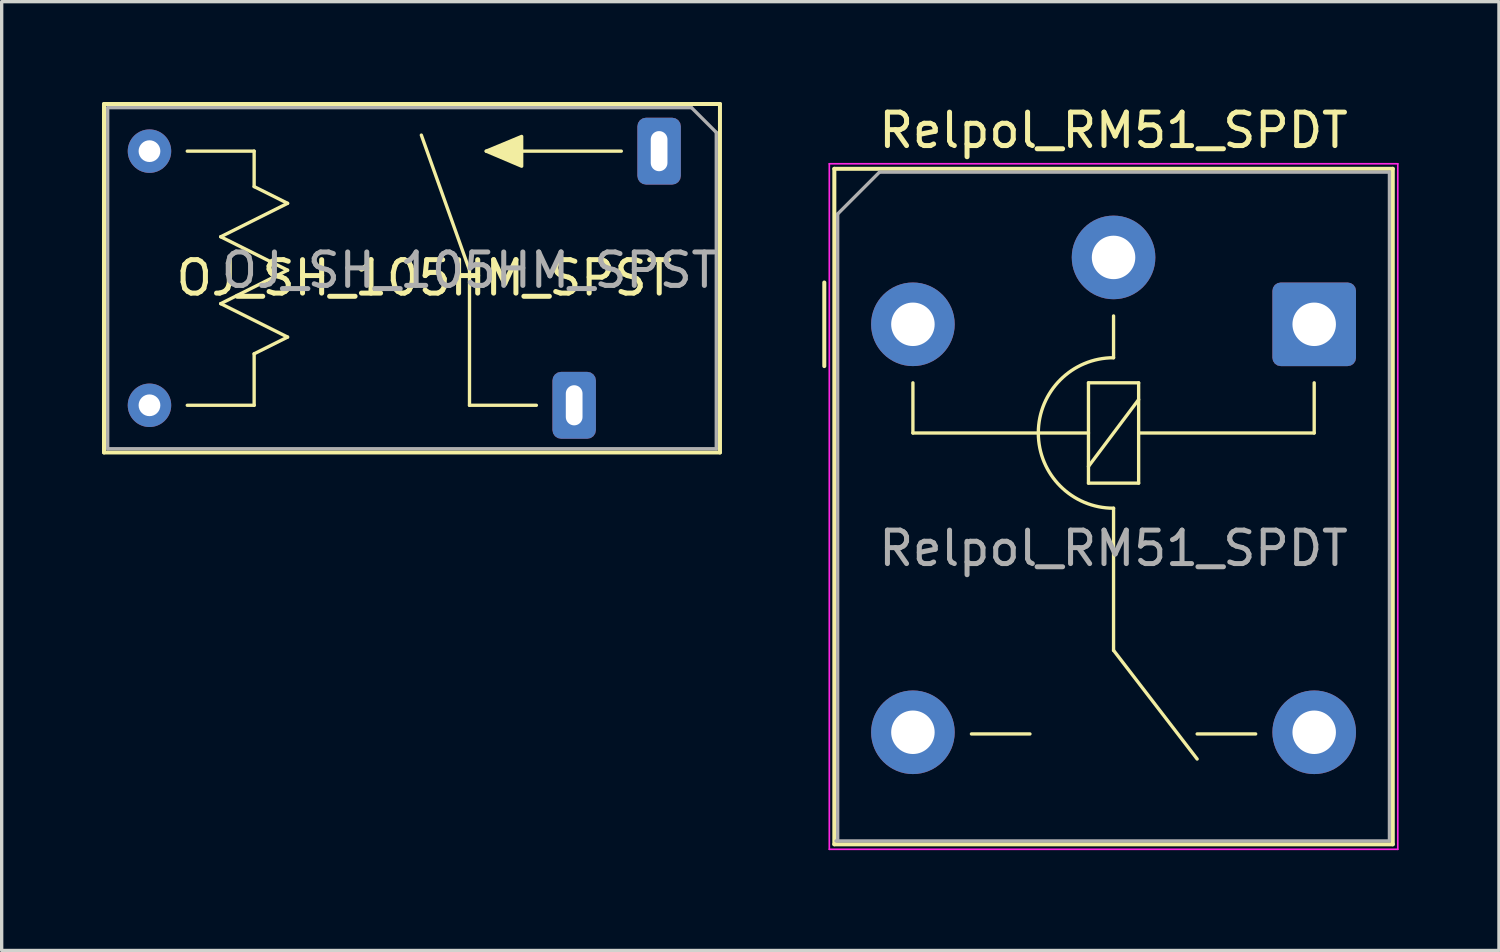
<source format=kicad_pcb>
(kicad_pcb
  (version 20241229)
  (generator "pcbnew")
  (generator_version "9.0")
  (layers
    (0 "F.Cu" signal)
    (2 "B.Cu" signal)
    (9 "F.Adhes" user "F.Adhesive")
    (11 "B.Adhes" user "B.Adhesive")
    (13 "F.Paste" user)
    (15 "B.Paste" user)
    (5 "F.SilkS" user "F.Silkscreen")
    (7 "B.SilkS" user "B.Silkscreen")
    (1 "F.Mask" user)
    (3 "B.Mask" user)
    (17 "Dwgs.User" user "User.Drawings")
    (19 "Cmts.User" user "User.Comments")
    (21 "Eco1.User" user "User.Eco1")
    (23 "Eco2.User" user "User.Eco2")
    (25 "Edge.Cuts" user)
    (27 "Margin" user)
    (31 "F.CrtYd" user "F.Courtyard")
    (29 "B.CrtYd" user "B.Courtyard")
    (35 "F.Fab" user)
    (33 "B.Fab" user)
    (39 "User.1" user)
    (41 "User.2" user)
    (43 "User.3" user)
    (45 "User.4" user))
  (footprint "Relpol_RM51_SPDT"
    (layer "F.Cu")
    (at 30.25 4.648)
    (property "Reference" "Relpol_RM51_SPDT" (at 0 -3.8 0) (layer "F.SilkS") (effects (font (size 1 1) (thickness 0.15))))
    (attr through_hole)
    (fp_line (start -8.65 0.75) (end -8.65 3.25) (stroke (width 0.12) (type default)) (layer "F.SilkS"))
    (fp_line (start -8.35 -2.65) (end -8.35 17.55) (stroke (width 0.12) (type solid)) (layer "F.SilkS"))
    (fp_line (start -8.35 17.55) (end 8.35 17.55) (stroke (width 0.12) (type solid)) (layer "F.SilkS"))
    (fp_line (start -6 3.75) (end -6 5.25) (stroke (width 0.1) (type default)) (layer "F.SilkS"))
    (fp_line (start -6 5.25) (end -0.75 5.25) (stroke (width 0.1) (type default)) (layer "F.SilkS"))
    (fp_line (start -4.25 14.25) (end -2.5 14.25) (stroke (width 0.1) (type default)) (layer "F.SilkS"))
    (fp_line (start -0.75 3.75) (end -0.75 6.75) (stroke (width 0.1) (type default)) (layer "F.SilkS"))
    (fp_line (start -0.75 6.75) (end 0.75 6.75) (stroke (width 0.1) (type default)) (layer "F.SilkS"))
    (fp_line (start 0 1.75) (end 0 3) (stroke (width 0.1) (type default)) (layer "F.SilkS"))
    (fp_line (start 0 7.5) (end 0 11.75) (stroke (width 0.1) (type default)) (layer "F.SilkS"))
    (fp_line (start 0 11.75) (end 2.5 15) (stroke (width 0.1) (type default)) (layer "F.SilkS"))
    (fp_line (start 0.75 3.75) (end -0.75 3.75) (stroke (width 0.1) (type default)) (layer "F.SilkS"))
    (fp_line (start 0.75 4.25) (end -0.75 6.25) (stroke (width 0.1) (type default)) (layer "F.SilkS"))
    (fp_line (start 0.75 6.75) (end 0.75 3.75) (stroke (width 0.1) (type default)) (layer "F.SilkS"))
    (fp_line (start 4.25 14.25) (end 2.5 14.25) (stroke (width 0.1) (type default)) (layer "F.SilkS"))
    (fp_line (start 6 3.75) (end 6 5.25) (stroke (width 0.1) (type default)) (layer "F.SilkS"))
    (fp_line (start 6 5.25) (end 0.75 5.25) (stroke (width 0.1) (type default)) (layer "F.SilkS"))
    (fp_line (start 8.35 -2.65) (end -8.35 -2.65) (stroke (width 0.12) (type solid)) (layer "F.SilkS"))
    (fp_line (start 8.35 17.55) (end 8.35 -2.65) (stroke (width 0.12) (type solid)) (layer "F.SilkS"))
    (fp_arc (start 0 7.5) (mid -2.25 5.25) (end 0 3) (stroke (width 0.1) (type default)) (layer "F.SilkS"))
    (fp_line (start -8.5 -2.8) (end -8.5 17.7) (stroke (width 0.05) (type solid)) (layer "F.CrtYd"))
    (fp_line (start -8.5 17.7) (end 8.5 17.7) (stroke (width 0.05) (type solid)) (layer "F.CrtYd"))
    (fp_line (start 8.5 -2.8) (end -8.5 -2.8) (stroke (width 0.05) (type solid)) (layer "F.CrtYd"))
    (fp_line (start 8.5 17.7) (end 8.5 -2.8) (stroke (width 0.05) (type solid)) (layer "F.CrtYd"))
    (fp_line (start -8.25 -1.3) (end -7 -2.55) (stroke (width 0.1) (type default)) (layer "F.Fab"))
    (fp_line (start -8.25 17.45) (end -8.25 -1.3) (stroke (width 0.1) (type solid)) (layer "F.Fab"))
    (fp_line (start -7 -2.55) (end 8.25 -2.55) (stroke (width 0.1) (type solid)) (layer "F.Fab"))
    (fp_line (start 8.2 17.45) (end -8.3 17.45) (stroke (width 0.1) (type solid)) (layer "F.Fab"))
    (fp_line (start 8.25 -2.55) (end 8.25 17.45) (stroke (width 0.1) (type solid)) (layer "F.Fab"))
    (fp_text user "${REFERENCE}" (at 0 8.7 0) (layer "F.Fab") (effects (font (size 1 1) (thickness 0.15))))
    (pad "11" thru_hole circle (at 0 0) (size 2.5 2.5) (drill 1.3) (layers "*.Cu" "*.Mask"))
    (pad "12" thru_hole oval (at 6 14.2) (size 2.5 2.5) (drill 1.3) (layers "*.Cu" "*.Mask"))
    (pad "14" thru_hole oval (at -6 14.2) (size 2.5 2.5) (drill 1.3) (layers "*.Cu" "*.Mask"))
    (pad "A1" thru_hole oval (at -6 2) (size 2.5 2.5) (drill 1.3) (layers "*.Cu" "*.Mask"))
    (pad "A2" thru_hole roundrect (at 6 2) (size 2.5 2.5) (drill 1.3) (layers "*.Cu" "*.Mask") (roundrect_rratio 0.1)))
  (footprint "OJ_SH_105HM_SPST"
    (layer "F.Cu")
    (at 9.55 5.03)
    (property "Reference" "OJ_SH_105HM_SPST" (at 0.09 0.23 0) (layer "F.SilkS") (effects (font (size 1 1) (thickness 0.15))))
    (attr through_hole exclude_from_pos_files)
    (fp_line (start -9.49 5.45) (end -9.49 -4.97) (stroke (width 0.12) (type solid)) (layer "F.SilkS"))
    (fp_line (start -7 -3.56) (end -5 -3.56) (stroke (width 0.1) (type default)) (layer "F.SilkS"))
    (fp_line (start -7 4.04) (end -5 4.04) (stroke (width 0.1) (type default)) (layer "F.SilkS"))
    (fp_line (start -6 -1) (end -4 -2) (stroke (width 0.1) (type default)) (layer "F.SilkS"))
    (fp_line (start -6 1) (end -4 0) (stroke (width 0.1) (type default)) (layer "F.SilkS"))
    (fp_line (start -5 -2.5) (end -5 -3.56) (stroke (width 0.1) (type default)) (layer "F.SilkS"))
    (fp_line (start -5 2.5) (end -5 4.04) (stroke (width 0.1) (type default)) (layer "F.SilkS"))
    (fp_line (start -5 2.5) (end -4 2) (stroke (width 0.1) (type default)) (layer "F.SilkS"))
    (fp_line (start -4 -2) (end -5 -2.5) (stroke (width 0.1) (type default)) (layer "F.SilkS"))
    (fp_line (start -4 0) (end -6 -1) (stroke (width 0.1) (type default)) (layer "F.SilkS"))
    (fp_line (start -4 2) (end -6 1) (stroke (width 0.1) (type default)) (layer "F.SilkS"))
    (fp_line (start 1.44 0) (end 0 -4.04) (stroke (width 0.1) (type default)) (layer "F.SilkS"))
    (fp_line (start 1.44 0) (end 1.44 4.04) (stroke (width 0.1) (type default)) (layer "F.SilkS"))
    (fp_line (start 3.44 4.04) (end 1.44 4.04) (stroke (width 0.1) (type default)) (layer "F.SilkS"))
    (fp_line (start 5.98 -3.56) (end 1.94 -3.56) (stroke (width 0.1) (type default)) (layer "F.SilkS"))
    (fp_line (start 8.93 -4.97) (end -9.49 -4.97) (stroke (width 0.12) (type solid)) (layer "F.SilkS"))
    (fp_line (start 8.93 -4.97) (end 8.93 5.45) (stroke (width 0.12) (type solid)) (layer "F.SilkS"))
    (fp_line (start 8.93 5.45) (end -9.49 5.45) (stroke (width 0.12) (type solid)) (layer "F.SilkS"))
    (fp_poly (pts (xy 1.94 -3.56) (xy 3 -4) (xy 3 -3.11)) (stroke (width 0.1) (type solid)) (fill yes) (layer "F.SilkS"))
    (fp_line (start -9.38 -4.86) (end 8.08 -4.86) (stroke (width 0.1) (type solid)) (layer "F.Fab"))
    (fp_line (start -9.38 5.34) (end -9.38 -4.86) (stroke (width 0.1) (type solid)) (layer "F.Fab"))
    (fp_line (start 8.82 -4.12) (end 8.08 -4.86) (stroke (width 0.1) (type default)) (layer "F.Fab"))
    (fp_line (start 8.82 -4.12) (end 8.82 5.34) (stroke (width 0.1) (type solid)) (layer "F.Fab"))
    (fp_line (start 8.82 5.34) (end -9.38 5.34) (stroke (width 0.1) (type solid)) (layer "F.Fab"))
    (fp_text user "${REFERENCE}" (at 1.44 0 0) (layer "F.Fab") (effects (font (size 1 1) (thickness 0.15))))
    (pad "13" thru_hole roundrect (at 4.57 4.04) (size 1.3 2) (drill oval 0.5 1.2) (layers "*.Cu" "*.Mask") (roundrect_rratio 0.2))
    (pad "14" thru_hole roundrect (at 7.11 -3.56) (size 1.3 2) (drill oval 0.5 1.2) (layers "*.Cu" "*.Mask") (roundrect_rratio 0.2))
    (pad "A1" thru_hole circle (at -8.13 -3.56) (size 1.3 1.3) (drill 0.65) (layers "*.Cu" "*.Mask"))
    (pad "A2" thru_hole circle (at -8.13 4.04) (size 1.3 1.3) (drill 0.65) (layers "*.Cu" "*.Mask")))
  (gr_rect
    (start -3 -3)
    (end 41.775 25.373)
    (stroke (width 0.1) (type default))
    (fill no)
    (layer "Edge.Cuts")))
</source>
